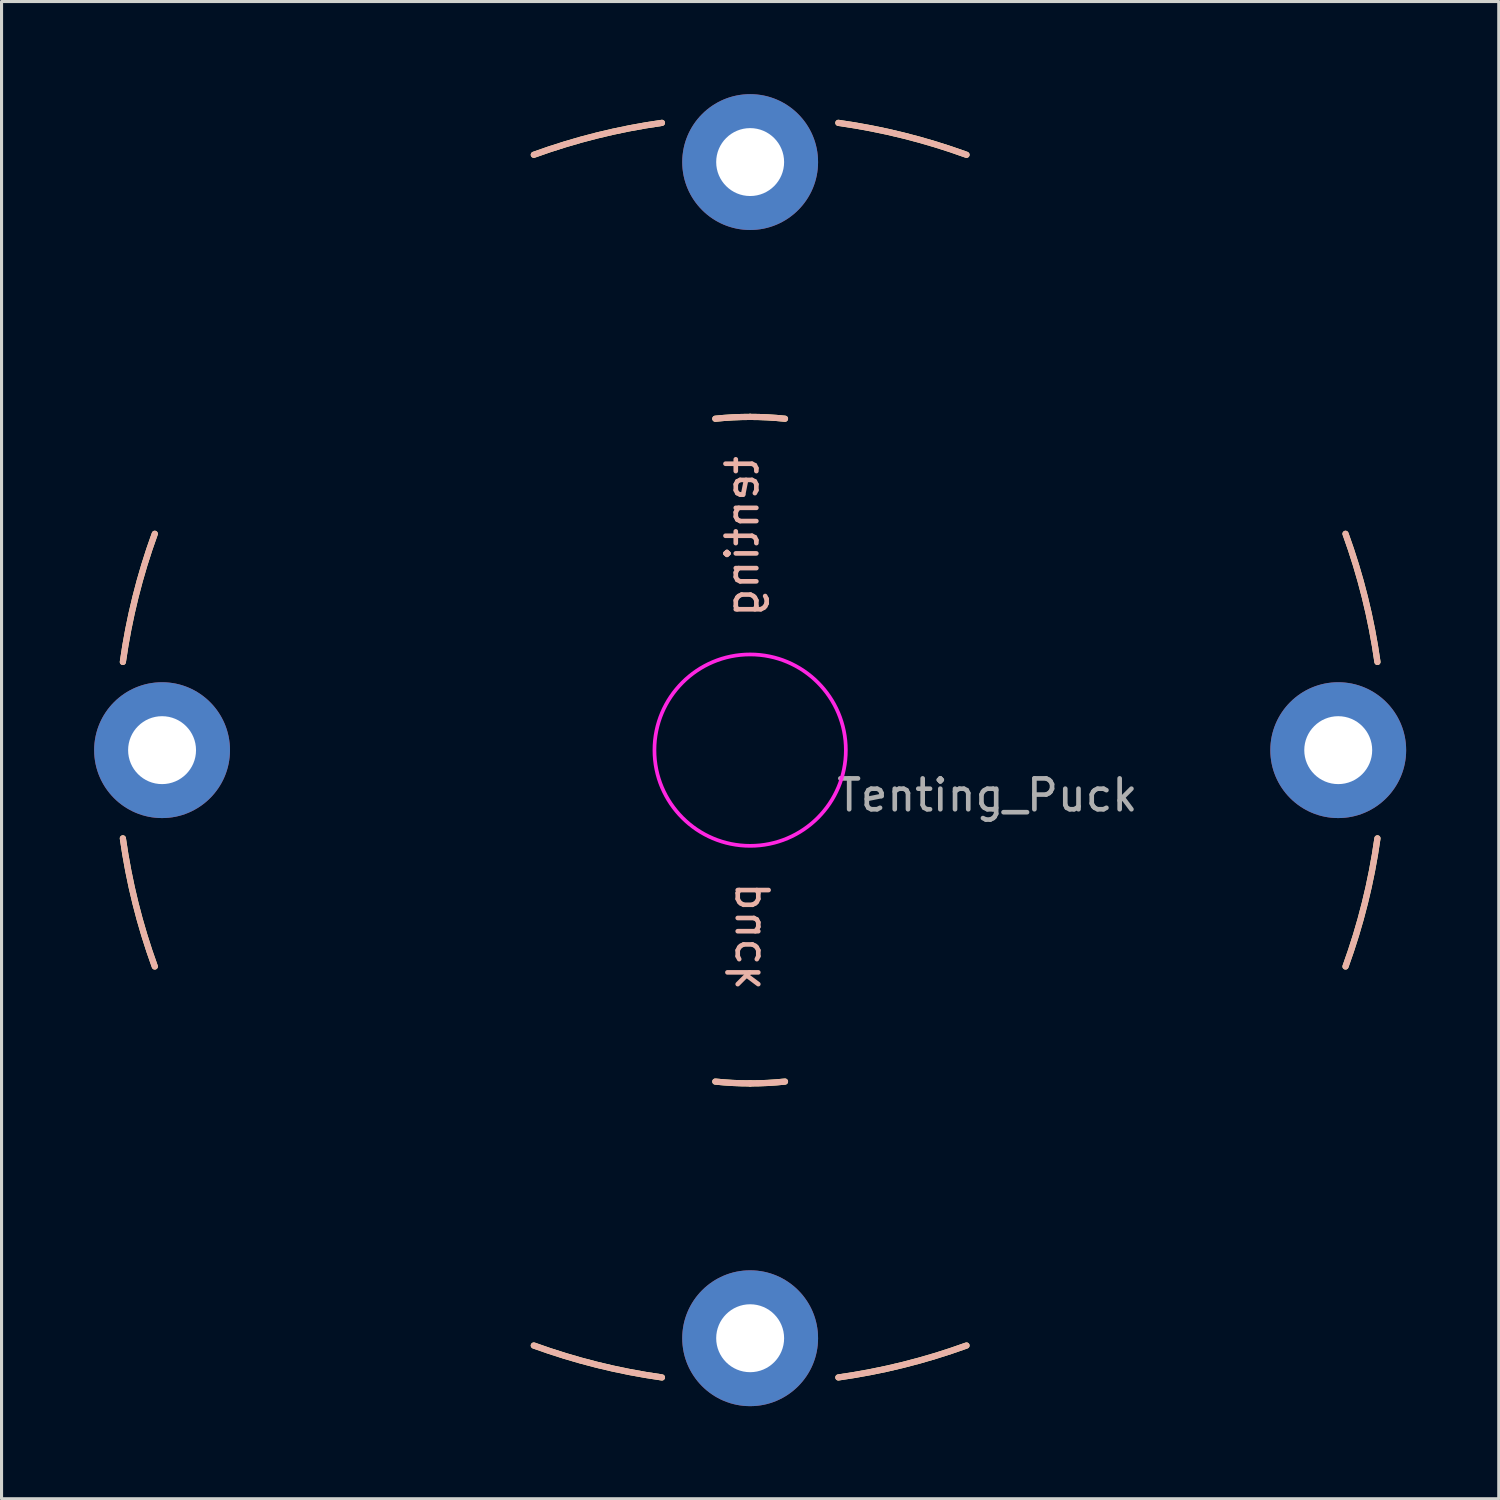
<source format=kicad_pcb>
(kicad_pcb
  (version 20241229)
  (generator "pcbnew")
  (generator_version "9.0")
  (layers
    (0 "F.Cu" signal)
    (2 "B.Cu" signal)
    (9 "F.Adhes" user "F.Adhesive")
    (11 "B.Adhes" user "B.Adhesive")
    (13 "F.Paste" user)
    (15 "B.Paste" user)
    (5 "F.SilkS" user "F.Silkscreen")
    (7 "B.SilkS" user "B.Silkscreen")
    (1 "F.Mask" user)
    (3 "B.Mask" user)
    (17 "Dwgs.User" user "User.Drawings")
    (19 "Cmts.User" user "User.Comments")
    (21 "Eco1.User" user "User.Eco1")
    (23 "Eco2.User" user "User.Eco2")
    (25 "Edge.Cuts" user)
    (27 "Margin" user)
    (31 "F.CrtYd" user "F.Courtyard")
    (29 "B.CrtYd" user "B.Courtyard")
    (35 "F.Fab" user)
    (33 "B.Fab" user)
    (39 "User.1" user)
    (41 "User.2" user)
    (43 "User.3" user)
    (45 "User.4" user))
  (footprint "Tenting_Puck"
    (layer "F.Cu")
    (at 21.25 21.25)
    (property "Reference" "Tenting_Puck" (at 7.684 1.46 0) (layer "F.Fab") (effects (font (size 1 1) (thickness 0.15))))
    (attr through_hole)
    (fp_arc (start -20.32 -2.8575) (mid -19.91151 -4.959786) (end -19.286134 -7.008048) (stroke (width 0.2) (type solid)) (layer "F.SilkS"))
    (fp_arc (start -19.286134 7.008047) (mid -19.91151 4.959786) (end -20.32 2.8575) (stroke (width 0.2) (type solid)) (layer "F.SilkS"))
    (fp_arc (start -7.008048 -19.286134) (mid -4.959786 -19.91151) (end -2.8575 -20.32) (stroke (width 0.2) (type solid)) (layer "F.SilkS"))
    (fp_arc (start -2.8575 20.32) (mid -4.959785 19.91151) (end -7.008046 19.286135) (stroke (width 0.2) (type solid)) (layer "F.SilkS"))
    (fp_arc (start -1.128385 -10.735864) (mid -0.564967 -10.780206) (end 0 -10.795) (stroke (width 0.2) (type solid)) (layer "F.SilkS"))
    (fp_arc (start 0 -10.795) (mid 0.564967 -10.780206) (end 1.128385 -10.735864) (stroke (width 0.2) (type solid)) (layer "F.SilkS"))
    (fp_arc (start 0 10.795) (mid -0.564967 10.780206) (end -1.128385 10.735864) (stroke (width 0.2) (type solid)) (layer "F.SilkS"))
    (fp_arc (start 1.128385 10.735864) (mid 0.564967 10.780206) (end 0 10.795) (stroke (width 0.2) (type solid)) (layer "F.SilkS"))
    (fp_arc (start 2.8575 -20.32) (mid 4.959786 -19.91151) (end 7.008047 -19.286134) (stroke (width 0.2) (type solid)) (layer "F.SilkS"))
    (fp_arc (start 7.008047 19.286134) (mid 4.959786 19.91151) (end 2.8575 20.32) (stroke (width 0.2) (type solid)) (layer "F.SilkS"))
    (fp_arc (start 19.286135 -7.008045) (mid 19.91151 -4.959785) (end 20.32 -2.8575) (stroke (width 0.2) (type solid)) (layer "F.SilkS"))
    (fp_arc (start 20.32 2.8575) (mid 19.91151 4.959785) (end 19.286135 7.008046) (stroke (width 0.2) (type solid)) (layer "F.SilkS"))
    (fp_arc (start -20.32 -2.8575) (mid -19.91151 -4.959784) (end -19.286136 -7.008044) (stroke (width 0.2) (type solid)) (layer "B.SilkS"))
    (fp_arc (start -19.286135 7.008046) (mid -19.91151 4.959785) (end -20.32 2.8575) (stroke (width 0.2) (type solid)) (layer "B.SilkS"))
    (fp_arc (start -7.008046 -19.286135) (mid -4.959785 -19.91151) (end -2.8575 -20.32) (stroke (width 0.2) (type solid)) (layer "B.SilkS"))
    (fp_arc (start -2.8575 20.32) (mid -4.959785 19.91151) (end -7.008045 19.286135) (stroke (width 0.2) (type solid)) (layer "B.SilkS"))
    (fp_arc (start -1.128385 -10.735864) (mid -0.564967 -10.780206) (end 0 -10.795) (stroke (width 0.2) (type solid)) (layer "B.SilkS"))
    (fp_arc (start 0 -10.795) (mid 0.564967 -10.780206) (end 1.128385 -10.735864) (stroke (width 0.2) (type solid)) (layer "B.SilkS"))
    (fp_arc (start 0 10.795) (mid -0.564967 10.780206) (end -1.128385 10.735864) (stroke (width 0.2) (type solid)) (layer "B.SilkS"))
    (fp_arc (start 1.128385 10.735864) (mid 0.564967 10.780206) (end 0 10.795) (stroke (width 0.2) (type solid)) (layer "B.SilkS"))
    (fp_arc (start 2.8575 -20.32) (mid 4.959787 -19.91151) (end 7.008049 -19.286134) (stroke (width 0.2) (type solid)) (layer "B.SilkS"))
    (fp_arc (start 7.008045 19.286135) (mid 4.959785 19.91151) (end 2.8575 20.32) (stroke (width 0.2) (type solid)) (layer "B.SilkS"))
    (fp_arc (start 19.286134 -7.008048) (mid 19.91151 -4.959786) (end 20.32 -2.8575) (stroke (width 0.2) (type solid)) (layer "B.SilkS"))
    (fp_arc (start 20.32 2.8575) (mid 19.91151 4.959786) (end 19.286134 7.008048) (stroke (width 0.2) (type solid)) (layer "B.SilkS"))
    (fp_circle (center 0 0) (end 3.1 0) (stroke (width 0.12) (type solid)) (fill no) (layer "F.CrtYd"))
    (fp_text user "tenting" (at -0.254 -6.921 90) (layer "B.SilkS") (effects (font (size 1 1) (thickness 0.15)) (justify mirror)))
    (fp_text user "puck" (at -0.191 6.032 90) (unlocked yes) (layer "B.SilkS") (effects (font (size 1 1) (thickness 0.15)) (justify mirror)))
    (pad "" thru_hole circle (at -19.05 0) (size 4.4 4.4) (drill 2.2) (layers "*.Cu" "*.Mask"))
    (pad "" thru_hole circle (at 0 -19.05) (size 4.4 4.4) (drill 2.2) (layers "*.Cu" "*.Mask"))
    (pad "" thru_hole circle (at 0 19.05) (size 4.4 4.4) (drill 2.2) (layers "*.Cu" "*.Mask"))
    (pad "" thru_hole circle (at 19.05 0) (size 4.4 4.4) (drill 2.2) (layers "*.Cu" "*.Mask")))
  (gr_rect
    (start -3 -3)
    (end 45.5 45.5)
    (stroke (width 0.1) (type default))
    (fill no)
    (layer "Edge.Cuts")))
</source>
